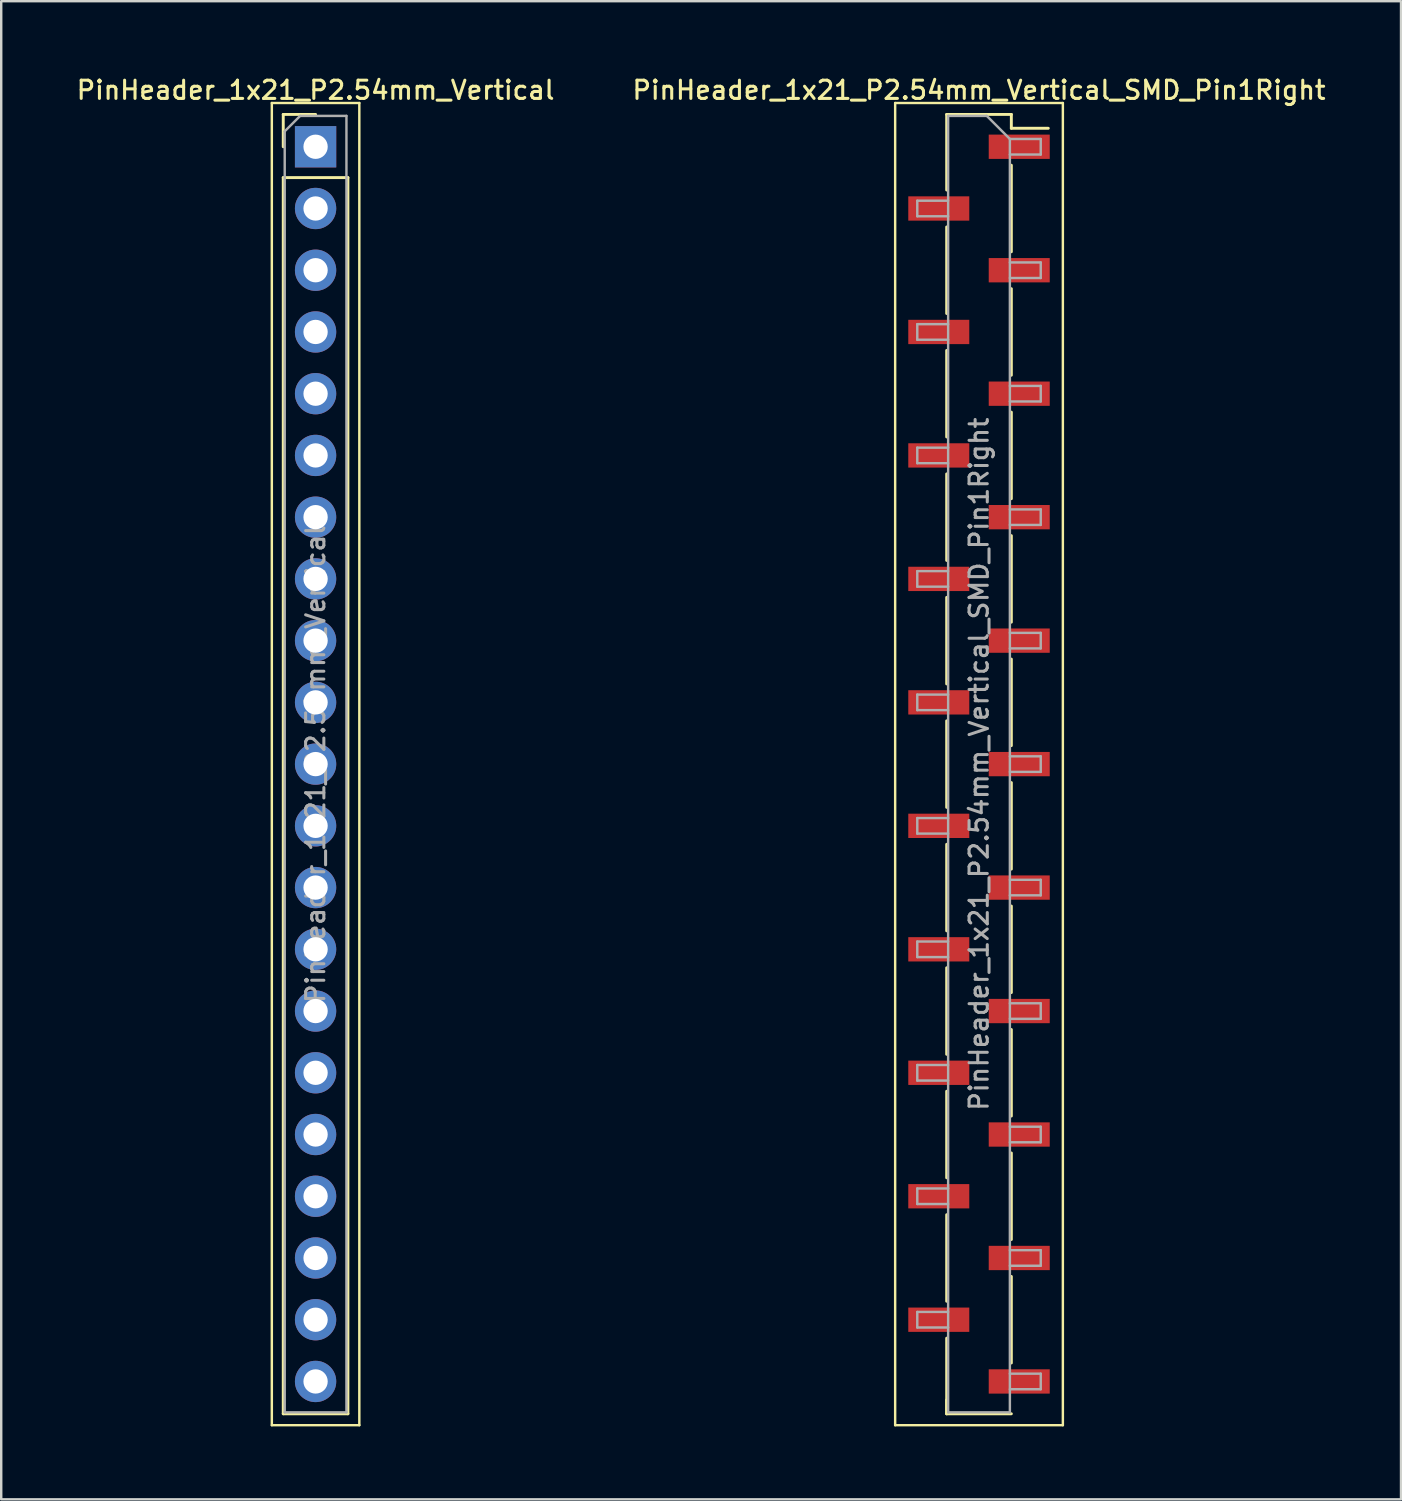
<source format=kicad_pcb>
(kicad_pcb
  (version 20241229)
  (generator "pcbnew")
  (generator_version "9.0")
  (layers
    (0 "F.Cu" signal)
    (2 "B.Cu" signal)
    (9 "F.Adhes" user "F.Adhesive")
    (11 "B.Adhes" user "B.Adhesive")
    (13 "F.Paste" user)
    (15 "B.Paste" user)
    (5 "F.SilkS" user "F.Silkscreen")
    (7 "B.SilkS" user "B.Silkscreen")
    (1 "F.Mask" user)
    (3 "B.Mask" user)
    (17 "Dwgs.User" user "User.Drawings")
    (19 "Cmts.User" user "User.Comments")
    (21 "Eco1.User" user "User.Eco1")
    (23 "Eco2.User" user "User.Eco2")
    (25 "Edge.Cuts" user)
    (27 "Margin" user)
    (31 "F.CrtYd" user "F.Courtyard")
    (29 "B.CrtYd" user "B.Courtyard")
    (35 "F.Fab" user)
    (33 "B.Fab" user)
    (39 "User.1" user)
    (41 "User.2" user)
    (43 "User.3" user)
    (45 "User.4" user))
  (footprint "PinHeader_1x21_P2.54mm_Vertical"
    (layer "F.Cu")
    (at 9.934 2.988)
    (property "Reference" "PinHeader_1x21_P2.54mm_Vertical" (at 0 -2.33 0) (layer "F.SilkS") (effects (font (size 0.75 0.75) (thickness 0.125))))
    (attr through_hole)
    (fp_line (start -1.8 -1.8) (end -1.8 52.6) (stroke (width 0.1) (type solid)) (layer "F.SilkS"))
    (fp_line (start -1.8 52.6) (end 1.8 52.6) (stroke (width 0.1) (type solid)) (layer "F.SilkS"))
    (fp_line (start -1.33 -1.33) (end 0 -1.33) (stroke (width 0.12) (type solid)) (layer "F.SilkS"))
    (fp_line (start -1.33 0) (end -1.33 -1.33) (stroke (width 0.12) (type solid)) (layer "F.SilkS"))
    (fp_line (start -1.33 1.27) (end -1.33 52.13) (stroke (width 0.12) (type solid)) (layer "F.SilkS"))
    (fp_line (start -1.33 1.27) (end 1.33 1.27) (stroke (width 0.12) (type solid)) (layer "F.SilkS"))
    (fp_line (start -1.33 52.13) (end 1.33 52.13) (stroke (width 0.12) (type solid)) (layer "F.SilkS"))
    (fp_line (start 1.33 1.27) (end 1.33 52.13) (stroke (width 0.12) (type solid)) (layer "F.SilkS"))
    (fp_line (start 1.8 -1.8) (end -1.8 -1.8) (stroke (width 0.1) (type solid)) (layer "F.SilkS"))
    (fp_line (start 1.8 52.6) (end 1.8 -1.8) (stroke (width 0.1) (type solid)) (layer "F.SilkS"))
    (fp_line (start -1.27 -0.635) (end -0.635 -1.27) (stroke (width 0.1) (type solid)) (layer "F.Fab"))
    (fp_line (start -1.27 52.07) (end -1.27 -0.635) (stroke (width 0.1) (type solid)) (layer "F.Fab"))
    (fp_line (start -0.635 -1.27) (end 1.27 -1.27) (stroke (width 0.1) (type solid)) (layer "F.Fab"))
    (fp_line (start 1.27 -1.27) (end 1.27 52.07) (stroke (width 0.1) (type solid)) (layer "F.Fab"))
    (fp_line (start 1.27 52.07) (end -1.27 52.07) (stroke (width 0.1) (type solid)) (layer "F.Fab"))
    (fp_text user "${REFERENCE}" (at 0 25.4 90) (layer "F.Fab") (effects (font (size 0.75 0.75) (thickness 0.125))))
    (pad "1" thru_hole rect (at 0 0) (size 1.7 1.7) (drill 1) (layers "*.Cu" "*.Mask"))
    (pad "2" thru_hole oval (at 0 2.54) (size 1.7 1.7) (drill 1) (layers "*.Cu" "*.Mask"))
    (pad "3" thru_hole oval (at 0 5.08) (size 1.7 1.7) (drill 1) (layers "*.Cu" "*.Mask"))
    (pad "4" thru_hole oval (at 0 7.62) (size 1.7 1.7) (drill 1) (layers "*.Cu" "*.Mask"))
    (pad "5" thru_hole oval (at 0 10.16) (size 1.7 1.7) (drill 1) (layers "*.Cu" "*.Mask"))
    (pad "6" thru_hole oval (at 0 12.7) (size 1.7 1.7) (drill 1) (layers "*.Cu" "*.Mask"))
    (pad "7" thru_hole oval (at 0 15.24) (size 1.7 1.7) (drill 1) (layers "*.Cu" "*.Mask"))
    (pad "8" thru_hole oval (at 0 17.78) (size 1.7 1.7) (drill 1) (layers "*.Cu" "*.Mask"))
    (pad "9" thru_hole oval (at 0 20.32) (size 1.7 1.7) (drill 1) (layers "*.Cu" "*.Mask"))
    (pad "10" thru_hole oval (at 0 22.86) (size 1.7 1.7) (drill 1) (layers "*.Cu" "*.Mask"))
    (pad "11" thru_hole oval (at 0 25.4) (size 1.7 1.7) (drill 1) (layers "*.Cu" "*.Mask"))
    (pad "12" thru_hole oval (at 0 27.94) (size 1.7 1.7) (drill 1) (layers "*.Cu" "*.Mask"))
    (pad "13" thru_hole oval (at 0 30.48) (size 1.7 1.7) (drill 1) (layers "*.Cu" "*.Mask"))
    (pad "14" thru_hole oval (at 0 33.02) (size 1.7 1.7) (drill 1) (layers "*.Cu" "*.Mask"))
    (pad "15" thru_hole oval (at 0 35.56) (size 1.7 1.7) (drill 1) (layers "*.Cu" "*.Mask"))
    (pad "16" thru_hole oval (at 0 38.1) (size 1.7 1.7) (drill 1) (layers "*.Cu" "*.Mask"))
    (pad "17" thru_hole oval (at 0 40.64) (size 1.7 1.7) (drill 1) (layers "*.Cu" "*.Mask"))
    (pad "18" thru_hole oval (at 0 43.18) (size 1.7 1.7) (drill 1) (layers "*.Cu" "*.Mask"))
    (pad "19" thru_hole oval (at 0 45.72) (size 1.7 1.7) (drill 1) (layers "*.Cu" "*.Mask"))
    (pad "20" thru_hole oval (at 0 48.26) (size 1.7 1.7) (drill 1) (layers "*.Cu" "*.Mask"))
    (pad "21" thru_hole oval (at 0 50.8) (size 1.7 1.7) (drill 1) (layers "*.Cu" "*.Mask")))
  (footprint "PinHeader_1x21_P2.54mm_Vertical_SMD_Pin1Right"
    (layer "F.Cu")
    (at 37.23 28.388)
    (property "Reference" "PinHeader_1x21_P2.54mm_Vertical_SMD_Pin1Right" (at 0 -27.73 0) (layer "F.SilkS") (effects (font (size 0.75 0.75) (thickness 0.125))))
    (attr smd)
    (fp_line (start -3.45 -27.2) (end -3.45 27.2) (stroke (width 0.1) (type solid)) (layer "F.SilkS"))
    (fp_line (start -3.45 27.2) (end 3.45 27.2) (stroke (width 0.1) (type solid)) (layer "F.SilkS"))
    (fp_line (start -1.33 -26.73) (end -1.33 -23.62) (stroke (width 0.12) (type solid)) (layer "F.SilkS"))
    (fp_line (start -1.33 -26.73) (end 1.33 -26.73) (stroke (width 0.12) (type solid)) (layer "F.SilkS"))
    (fp_line (start -1.33 -22.1) (end -1.33 -18.54) (stroke (width 0.12) (type solid)) (layer "F.SilkS"))
    (fp_line (start -1.33 -17.02) (end -1.33 -13.46) (stroke (width 0.12) (type solid)) (layer "F.SilkS"))
    (fp_line (start -1.33 -11.94) (end -1.33 -8.38) (stroke (width 0.12) (type solid)) (layer "F.SilkS"))
    (fp_line (start -1.33 -6.86) (end -1.33 -3.3) (stroke (width 0.12) (type solid)) (layer "F.SilkS"))
    (fp_line (start -1.33 -1.78) (end -1.33 1.78) (stroke (width 0.12) (type solid)) (layer "F.SilkS"))
    (fp_line (start -1.33 3.3) (end -1.33 6.86) (stroke (width 0.12) (type solid)) (layer "F.SilkS"))
    (fp_line (start -1.33 8.38) (end -1.33 11.94) (stroke (width 0.12) (type solid)) (layer "F.SilkS"))
    (fp_line (start -1.33 13.46) (end -1.33 17.02) (stroke (width 0.12) (type solid)) (layer "F.SilkS"))
    (fp_line (start -1.33 18.54) (end -1.33 22.1) (stroke (width 0.12) (type solid)) (layer "F.SilkS"))
    (fp_line (start -1.33 23.62) (end -1.33 26.73) (stroke (width 0.12) (type solid)) (layer "F.SilkS"))
    (fp_line (start -1.33 26.16) (end -1.33 26.73) (stroke (width 0.12) (type solid)) (layer "F.SilkS"))
    (fp_line (start -1.33 26.73) (end 1.33 26.73) (stroke (width 0.12) (type solid)) (layer "F.SilkS"))
    (fp_line (start 1.33 -26.73) (end 1.33 -26.16) (stroke (width 0.12) (type solid)) (layer "F.SilkS"))
    (fp_line (start 1.33 -26.16) (end 2.85 -26.16) (stroke (width 0.12) (type solid)) (layer "F.SilkS"))
    (fp_line (start 1.33 -24.64) (end 1.33 -21.08) (stroke (width 0.12) (type solid)) (layer "F.SilkS"))
    (fp_line (start 1.33 -19.56) (end 1.33 -16) (stroke (width 0.12) (type solid)) (layer "F.SilkS"))
    (fp_line (start 1.33 -14.48) (end 1.33 -10.92) (stroke (width 0.12) (type solid)) (layer "F.SilkS"))
    (fp_line (start 1.33 -9.4) (end 1.33 -5.84) (stroke (width 0.12) (type solid)) (layer "F.SilkS"))
    (fp_line (start 1.33 -4.32) (end 1.33 -0.76) (stroke (width 0.12) (type solid)) (layer "F.SilkS"))
    (fp_line (start 1.33 0.76) (end 1.33 4.32) (stroke (width 0.12) (type solid)) (layer "F.SilkS"))
    (fp_line (start 1.33 5.84) (end 1.33 9.4) (stroke (width 0.12) (type solid)) (layer "F.SilkS"))
    (fp_line (start 1.33 10.92) (end 1.33 14.48) (stroke (width 0.12) (type solid)) (layer "F.SilkS"))
    (fp_line (start 1.33 16) (end 1.33 19.56) (stroke (width 0.12) (type solid)) (layer "F.SilkS"))
    (fp_line (start 1.33 21.08) (end 1.33 24.64) (stroke (width 0.12) (type solid)) (layer "F.SilkS"))
    (fp_line (start 3.45 -27.2) (end -3.45 -27.2) (stroke (width 0.1) (type solid)) (layer "F.SilkS"))
    (fp_line (start 3.45 27.2) (end 3.45 -27.2) (stroke (width 0.1) (type solid)) (layer "F.SilkS"))
    (fp_line (start -2.54 -23.18) (end -2.54 -22.54) (stroke (width 0.1) (type solid)) (layer "F.Fab"))
    (fp_line (start -2.54 -22.54) (end -1.27 -22.54) (stroke (width 0.1) (type solid)) (layer "F.Fab"))
    (fp_line (start -2.54 -18.1) (end -2.54 -17.46) (stroke (width 0.1) (type solid)) (layer "F.Fab"))
    (fp_line (start -2.54 -17.46) (end -1.27 -17.46) (stroke (width 0.1) (type solid)) (layer "F.Fab"))
    (fp_line (start -2.54 -13.02) (end -2.54 -12.38) (stroke (width 0.1) (type solid)) (layer "F.Fab"))
    (fp_line (start -2.54 -12.38) (end -1.27 -12.38) (stroke (width 0.1) (type solid)) (layer "F.Fab"))
    (fp_line (start -2.54 -7.94) (end -2.54 -7.3) (stroke (width 0.1) (type solid)) (layer "F.Fab"))
    (fp_line (start -2.54 -7.3) (end -1.27 -7.3) (stroke (width 0.1) (type solid)) (layer "F.Fab"))
    (fp_line (start -2.54 -2.86) (end -2.54 -2.22) (stroke (width 0.1) (type solid)) (layer "F.Fab"))
    (fp_line (start -2.54 -2.22) (end -1.27 -2.22) (stroke (width 0.1) (type solid)) (layer "F.Fab"))
    (fp_line (start -2.54 2.22) (end -2.54 2.86) (stroke (width 0.1) (type solid)) (layer "F.Fab"))
    (fp_line (start -2.54 2.86) (end -1.27 2.86) (stroke (width 0.1) (type solid)) (layer "F.Fab"))
    (fp_line (start -2.54 7.3) (end -2.54 7.94) (stroke (width 0.1) (type solid)) (layer "F.Fab"))
    (fp_line (start -2.54 7.94) (end -1.27 7.94) (stroke (width 0.1) (type solid)) (layer "F.Fab"))
    (fp_line (start -2.54 12.38) (end -2.54 13.02) (stroke (width 0.1) (type solid)) (layer "F.Fab"))
    (fp_line (start -2.54 13.02) (end -1.27 13.02) (stroke (width 0.1) (type solid)) (layer "F.Fab"))
    (fp_line (start -2.54 17.46) (end -2.54 18.1) (stroke (width 0.1) (type solid)) (layer "F.Fab"))
    (fp_line (start -2.54 18.1) (end -1.27 18.1) (stroke (width 0.1) (type solid)) (layer "F.Fab"))
    (fp_line (start -2.54 22.54) (end -2.54 23.18) (stroke (width 0.1) (type solid)) (layer "F.Fab"))
    (fp_line (start -2.54 23.18) (end -1.27 23.18) (stroke (width 0.1) (type solid)) (layer "F.Fab"))
    (fp_line (start -1.27 -26.67) (end -1.27 26.67) (stroke (width 0.1) (type solid)) (layer "F.Fab"))
    (fp_line (start -1.27 -26.67) (end 0.32 -26.67) (stroke (width 0.1) (type solid)) (layer "F.Fab"))
    (fp_line (start -1.27 -23.18) (end -2.54 -23.18) (stroke (width 0.1) (type solid)) (layer "F.Fab"))
    (fp_line (start -1.27 -18.1) (end -2.54 -18.1) (stroke (width 0.1) (type solid)) (layer "F.Fab"))
    (fp_line (start -1.27 -13.02) (end -2.54 -13.02) (stroke (width 0.1) (type solid)) (layer "F.Fab"))
    (fp_line (start -1.27 -7.94) (end -2.54 -7.94) (stroke (width 0.1) (type solid)) (layer "F.Fab"))
    (fp_line (start -1.27 -2.86) (end -2.54 -2.86) (stroke (width 0.1) (type solid)) (layer "F.Fab"))
    (fp_line (start -1.27 2.22) (end -2.54 2.22) (stroke (width 0.1) (type solid)) (layer "F.Fab"))
    (fp_line (start -1.27 7.3) (end -2.54 7.3) (stroke (width 0.1) (type solid)) (layer "F.Fab"))
    (fp_line (start -1.27 12.38) (end -2.54 12.38) (stroke (width 0.1) (type solid)) (layer "F.Fab"))
    (fp_line (start -1.27 17.46) (end -2.54 17.46) (stroke (width 0.1) (type solid)) (layer "F.Fab"))
    (fp_line (start -1.27 22.54) (end -2.54 22.54) (stroke (width 0.1) (type solid)) (layer "F.Fab"))
    (fp_line (start 1.27 -25.72) (end 0.32 -26.67) (stroke (width 0.1) (type solid)) (layer "F.Fab"))
    (fp_line (start 1.27 -25.72) (end 2.54 -25.72) (stroke (width 0.1) (type solid)) (layer "F.Fab"))
    (fp_line (start 1.27 -20.64) (end 2.54 -20.64) (stroke (width 0.1) (type solid)) (layer "F.Fab"))
    (fp_line (start 1.27 -15.56) (end 2.54 -15.56) (stroke (width 0.1) (type solid)) (layer "F.Fab"))
    (fp_line (start 1.27 -10.48) (end 2.54 -10.48) (stroke (width 0.1) (type solid)) (layer "F.Fab"))
    (fp_line (start 1.27 -5.4) (end 2.54 -5.4) (stroke (width 0.1) (type solid)) (layer "F.Fab"))
    (fp_line (start 1.27 -0.32) (end 2.54 -0.32) (stroke (width 0.1) (type solid)) (layer "F.Fab"))
    (fp_line (start 1.27 4.76) (end 2.54 4.76) (stroke (width 0.1) (type solid)) (layer "F.Fab"))
    (fp_line (start 1.27 9.84) (end 2.54 9.84) (stroke (width 0.1) (type solid)) (layer "F.Fab"))
    (fp_line (start 1.27 14.92) (end 2.54 14.92) (stroke (width 0.1) (type solid)) (layer "F.Fab"))
    (fp_line (start 1.27 20) (end 2.54 20) (stroke (width 0.1) (type solid)) (layer "F.Fab"))
    (fp_line (start 1.27 25.08) (end 2.54 25.08) (stroke (width 0.1) (type solid)) (layer "F.Fab"))
    (fp_line (start 1.27 26.67) (end -1.27 26.67) (stroke (width 0.1) (type solid)) (layer "F.Fab"))
    (fp_line (start 1.27 26.67) (end 1.27 -25.72) (stroke (width 0.1) (type solid)) (layer "F.Fab"))
    (fp_line (start 2.54 -25.72) (end 2.54 -25.08) (stroke (width 0.1) (type solid)) (layer "F.Fab"))
    (fp_line (start 2.54 -25.08) (end 1.27 -25.08) (stroke (width 0.1) (type solid)) (layer "F.Fab"))
    (fp_line (start 2.54 -20.64) (end 2.54 -20) (stroke (width 0.1) (type solid)) (layer "F.Fab"))
    (fp_line (start 2.54 -20) (end 1.27 -20) (stroke (width 0.1) (type solid)) (layer "F.Fab"))
    (fp_line (start 2.54 -15.56) (end 2.54 -14.92) (stroke (width 0.1) (type solid)) (layer "F.Fab"))
    (fp_line (start 2.54 -14.92) (end 1.27 -14.92) (stroke (width 0.1) (type solid)) (layer "F.Fab"))
    (fp_line (start 2.54 -10.48) (end 2.54 -9.84) (stroke (width 0.1) (type solid)) (layer "F.Fab"))
    (fp_line (start 2.54 -9.84) (end 1.27 -9.84) (stroke (width 0.1) (type solid)) (layer "F.Fab"))
    (fp_line (start 2.54 -5.4) (end 2.54 -4.76) (stroke (width 0.1) (type solid)) (layer "F.Fab"))
    (fp_line (start 2.54 -4.76) (end 1.27 -4.76) (stroke (width 0.1) (type solid)) (layer "F.Fab"))
    (fp_line (start 2.54 -0.32) (end 2.54 0.32) (stroke (width 0.1) (type solid)) (layer "F.Fab"))
    (fp_line (start 2.54 0.32) (end 1.27 0.32) (stroke (width 0.1) (type solid)) (layer "F.Fab"))
    (fp_line (start 2.54 4.76) (end 2.54 5.4) (stroke (width 0.1) (type solid)) (layer "F.Fab"))
    (fp_line (start 2.54 5.4) (end 1.27 5.4) (stroke (width 0.1) (type solid)) (layer "F.Fab"))
    (fp_line (start 2.54 9.84) (end 2.54 10.48) (stroke (width 0.1) (type solid)) (layer "F.Fab"))
    (fp_line (start 2.54 10.48) (end 1.27 10.48) (stroke (width 0.1) (type solid)) (layer "F.Fab"))
    (fp_line (start 2.54 14.92) (end 2.54 15.56) (stroke (width 0.1) (type solid)) (layer "F.Fab"))
    (fp_line (start 2.54 15.56) (end 1.27 15.56) (stroke (width 0.1) (type solid)) (layer "F.Fab"))
    (fp_line (start 2.54 20) (end 2.54 20.64) (stroke (width 0.1) (type solid)) (layer "F.Fab"))
    (fp_line (start 2.54 20.64) (end 1.27 20.64) (stroke (width 0.1) (type solid)) (layer "F.Fab"))
    (fp_line (start 2.54 25.08) (end 2.54 25.72) (stroke (width 0.1) (type solid)) (layer "F.Fab"))
    (fp_line (start 2.54 25.72) (end 1.27 25.72) (stroke (width 0.1) (type solid)) (layer "F.Fab"))
    (fp_text user "${REFERENCE}" (at 0 0 90) (layer "F.Fab") (effects (font (size 0.75 0.75) (thickness 0.125))))
    (pad "1" smd rect (at 1.655 -25.4) (size 2.51 1) (layers "F.Cu" "F.Mask" "F.Paste"))
    (pad "2" smd rect (at -1.655 -22.86) (size 2.51 1) (layers "F.Cu" "F.Mask" "F.Paste"))
    (pad "3" smd rect (at 1.655 -20.32) (size 2.51 1) (layers "F.Cu" "F.Mask" "F.Paste"))
    (pad "4" smd rect (at -1.655 -17.78) (size 2.51 1) (layers "F.Cu" "F.Mask" "F.Paste"))
    (pad "5" smd rect (at 1.655 -15.24) (size 2.51 1) (layers "F.Cu" "F.Mask" "F.Paste"))
    (pad "6" smd rect (at -1.655 -12.7) (size 2.51 1) (layers "F.Cu" "F.Mask" "F.Paste"))
    (pad "7" smd rect (at 1.655 -10.16) (size 2.51 1) (layers "F.Cu" "F.Mask" "F.Paste"))
    (pad "8" smd rect (at -1.655 -7.62) (size 2.51 1) (layers "F.Cu" "F.Mask" "F.Paste"))
    (pad "9" smd rect (at 1.655 -5.08) (size 2.51 1) (layers "F.Cu" "F.Mask" "F.Paste"))
    (pad "10" smd rect (at -1.655 -2.54) (size 2.51 1) (layers "F.Cu" "F.Mask" "F.Paste"))
    (pad "11" smd rect (at 1.655 0) (size 2.51 1) (layers "F.Cu" "F.Mask" "F.Paste"))
    (pad "12" smd rect (at -1.655 2.54) (size 2.51 1) (layers "F.Cu" "F.Mask" "F.Paste"))
    (pad "13" smd rect (at 1.655 5.08) (size 2.51 1) (layers "F.Cu" "F.Mask" "F.Paste"))
    (pad "14" smd rect (at -1.655 7.62) (size 2.51 1) (layers "F.Cu" "F.Mask" "F.Paste"))
    (pad "15" smd rect (at 1.655 10.16) (size 2.51 1) (layers "F.Cu" "F.Mask" "F.Paste"))
    (pad "16" smd rect (at -1.655 12.7) (size 2.51 1) (layers "F.Cu" "F.Mask" "F.Paste"))
    (pad "17" smd rect (at 1.655 15.24) (size 2.51 1) (layers "F.Cu" "F.Mask" "F.Paste"))
    (pad "18" smd rect (at -1.655 17.78) (size 2.51 1) (layers "F.Cu" "F.Mask" "F.Paste"))
    (pad "19" smd rect (at 1.655 20.32) (size 2.51 1) (layers "F.Cu" "F.Mask" "F.Paste"))
    (pad "20" smd rect (at -1.655 22.86) (size 2.51 1) (layers "F.Cu" "F.Mask" "F.Paste"))
    (pad "21" smd rect (at 1.655 25.4) (size 2.51 1) (layers "F.Cu" "F.Mask" "F.Paste")))
  (gr_rect
    (start -3 -3)
    (end 54.593 58.638)
    (stroke (width 0.1) (type default))
    (fill no)
    (layer "Edge.Cuts")))
</source>
